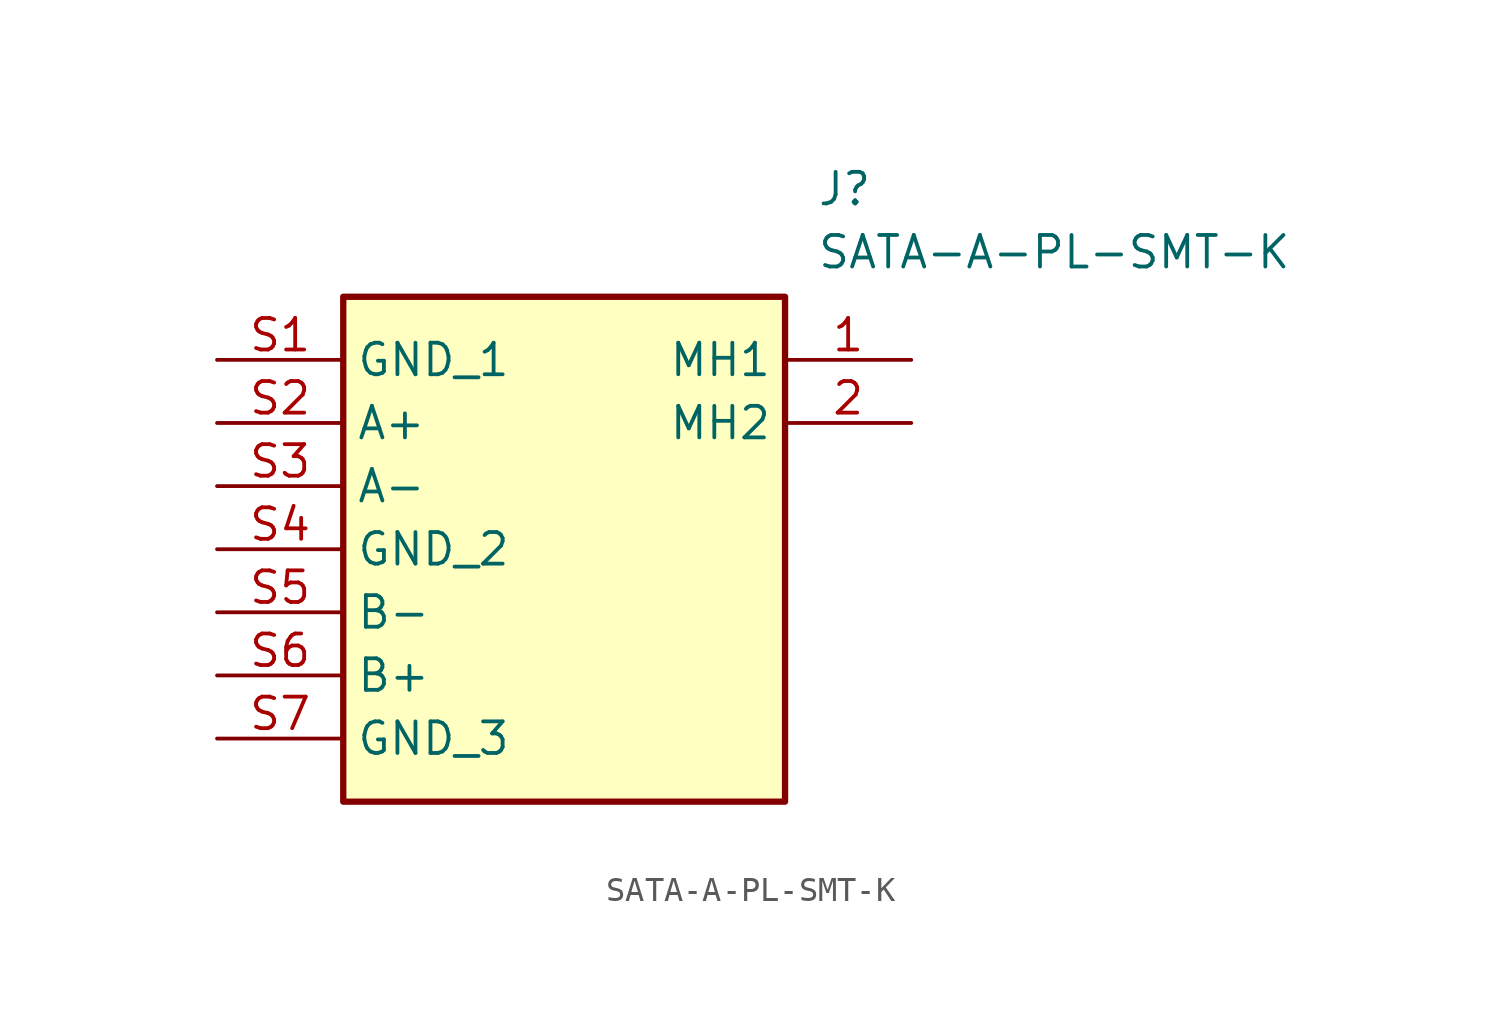
<source format=kicad_sym>
(kicad_symbol_lib
  (version 20211014)
  (generator SamacSys_ECAD_Model)
  (symbol "SATA-A-PL-SMT-K"
    (property "Reference" "J"
      (at 24.13 7.62 0)
      (effects (font (size 1.27 1.27)) (justify left top)))
    (property "Value" "SATA-A-PL-SMT-K"
      (at 24.13 5.08 0)
      (effects (font (size 1.27 1.27)) (justify left top)))
    (rectangle
      (start 5.08 2.54)
      (end 22.86 -17.78)
      (stroke (width 0.254) (type default))
      (fill (type background)))
    (pin passive line
      (at 27.94 0 180)
      (length 5.08)
      (name "MH1" (effects (font (size 1.27 1.27))))
      (number "1" (effects (font (size 1.27 1.27)))))
    (pin passive line
      (at 27.94 -2.54 180)
      (length 5.08)
      (name "MH2" (effects (font (size 1.27 1.27))))
      (number "2" (effects (font (size 1.27 1.27)))))
    (pin passive line
      (at 0 0 0)
      (length 5.08)
      (name "GND_1" (effects (font (size 1.27 1.27))))
      (number "S1" (effects (font (size 1.27 1.27)))))
    (pin passive line
      (at 0 -2.54 0)
      (length 5.08)
      (name "A+" (effects (font (size 1.27 1.27))))
      (number "S2" (effects (font (size 1.27 1.27)))))
    (pin passive line
      (at 0 -5.08 0)
      (length 5.08)
      (name "A-" (effects (font (size 1.27 1.27))))
      (number "S3" (effects (font (size 1.27 1.27)))))
    (pin passive line
      (at 0 -7.62 0)
      (length 5.08)
      (name "GND_2" (effects (font (size 1.27 1.27))))
      (number "S4" (effects (font (size 1.27 1.27)))))
    (pin passive line
      (at 0 -10.16 0)
      (length 5.08)
      (name "B-" (effects (font (size 1.27 1.27))))
      (number "S5" (effects (font (size 1.27 1.27)))))
    (pin passive line
      (at 0 -12.7 0)
      (length 5.08)
      (name "B+" (effects (font (size 1.27 1.27))))
      (number "S6" (effects (font (size 1.27 1.27)))))
    (pin passive line
      (at 0 -15.24 0)
      (length 5.08)
      (name "GND_3" (effects (font (size 1.27 1.27))))
      (number "S7" (effects (font (size 1.27 1.27)))))))
</source>
